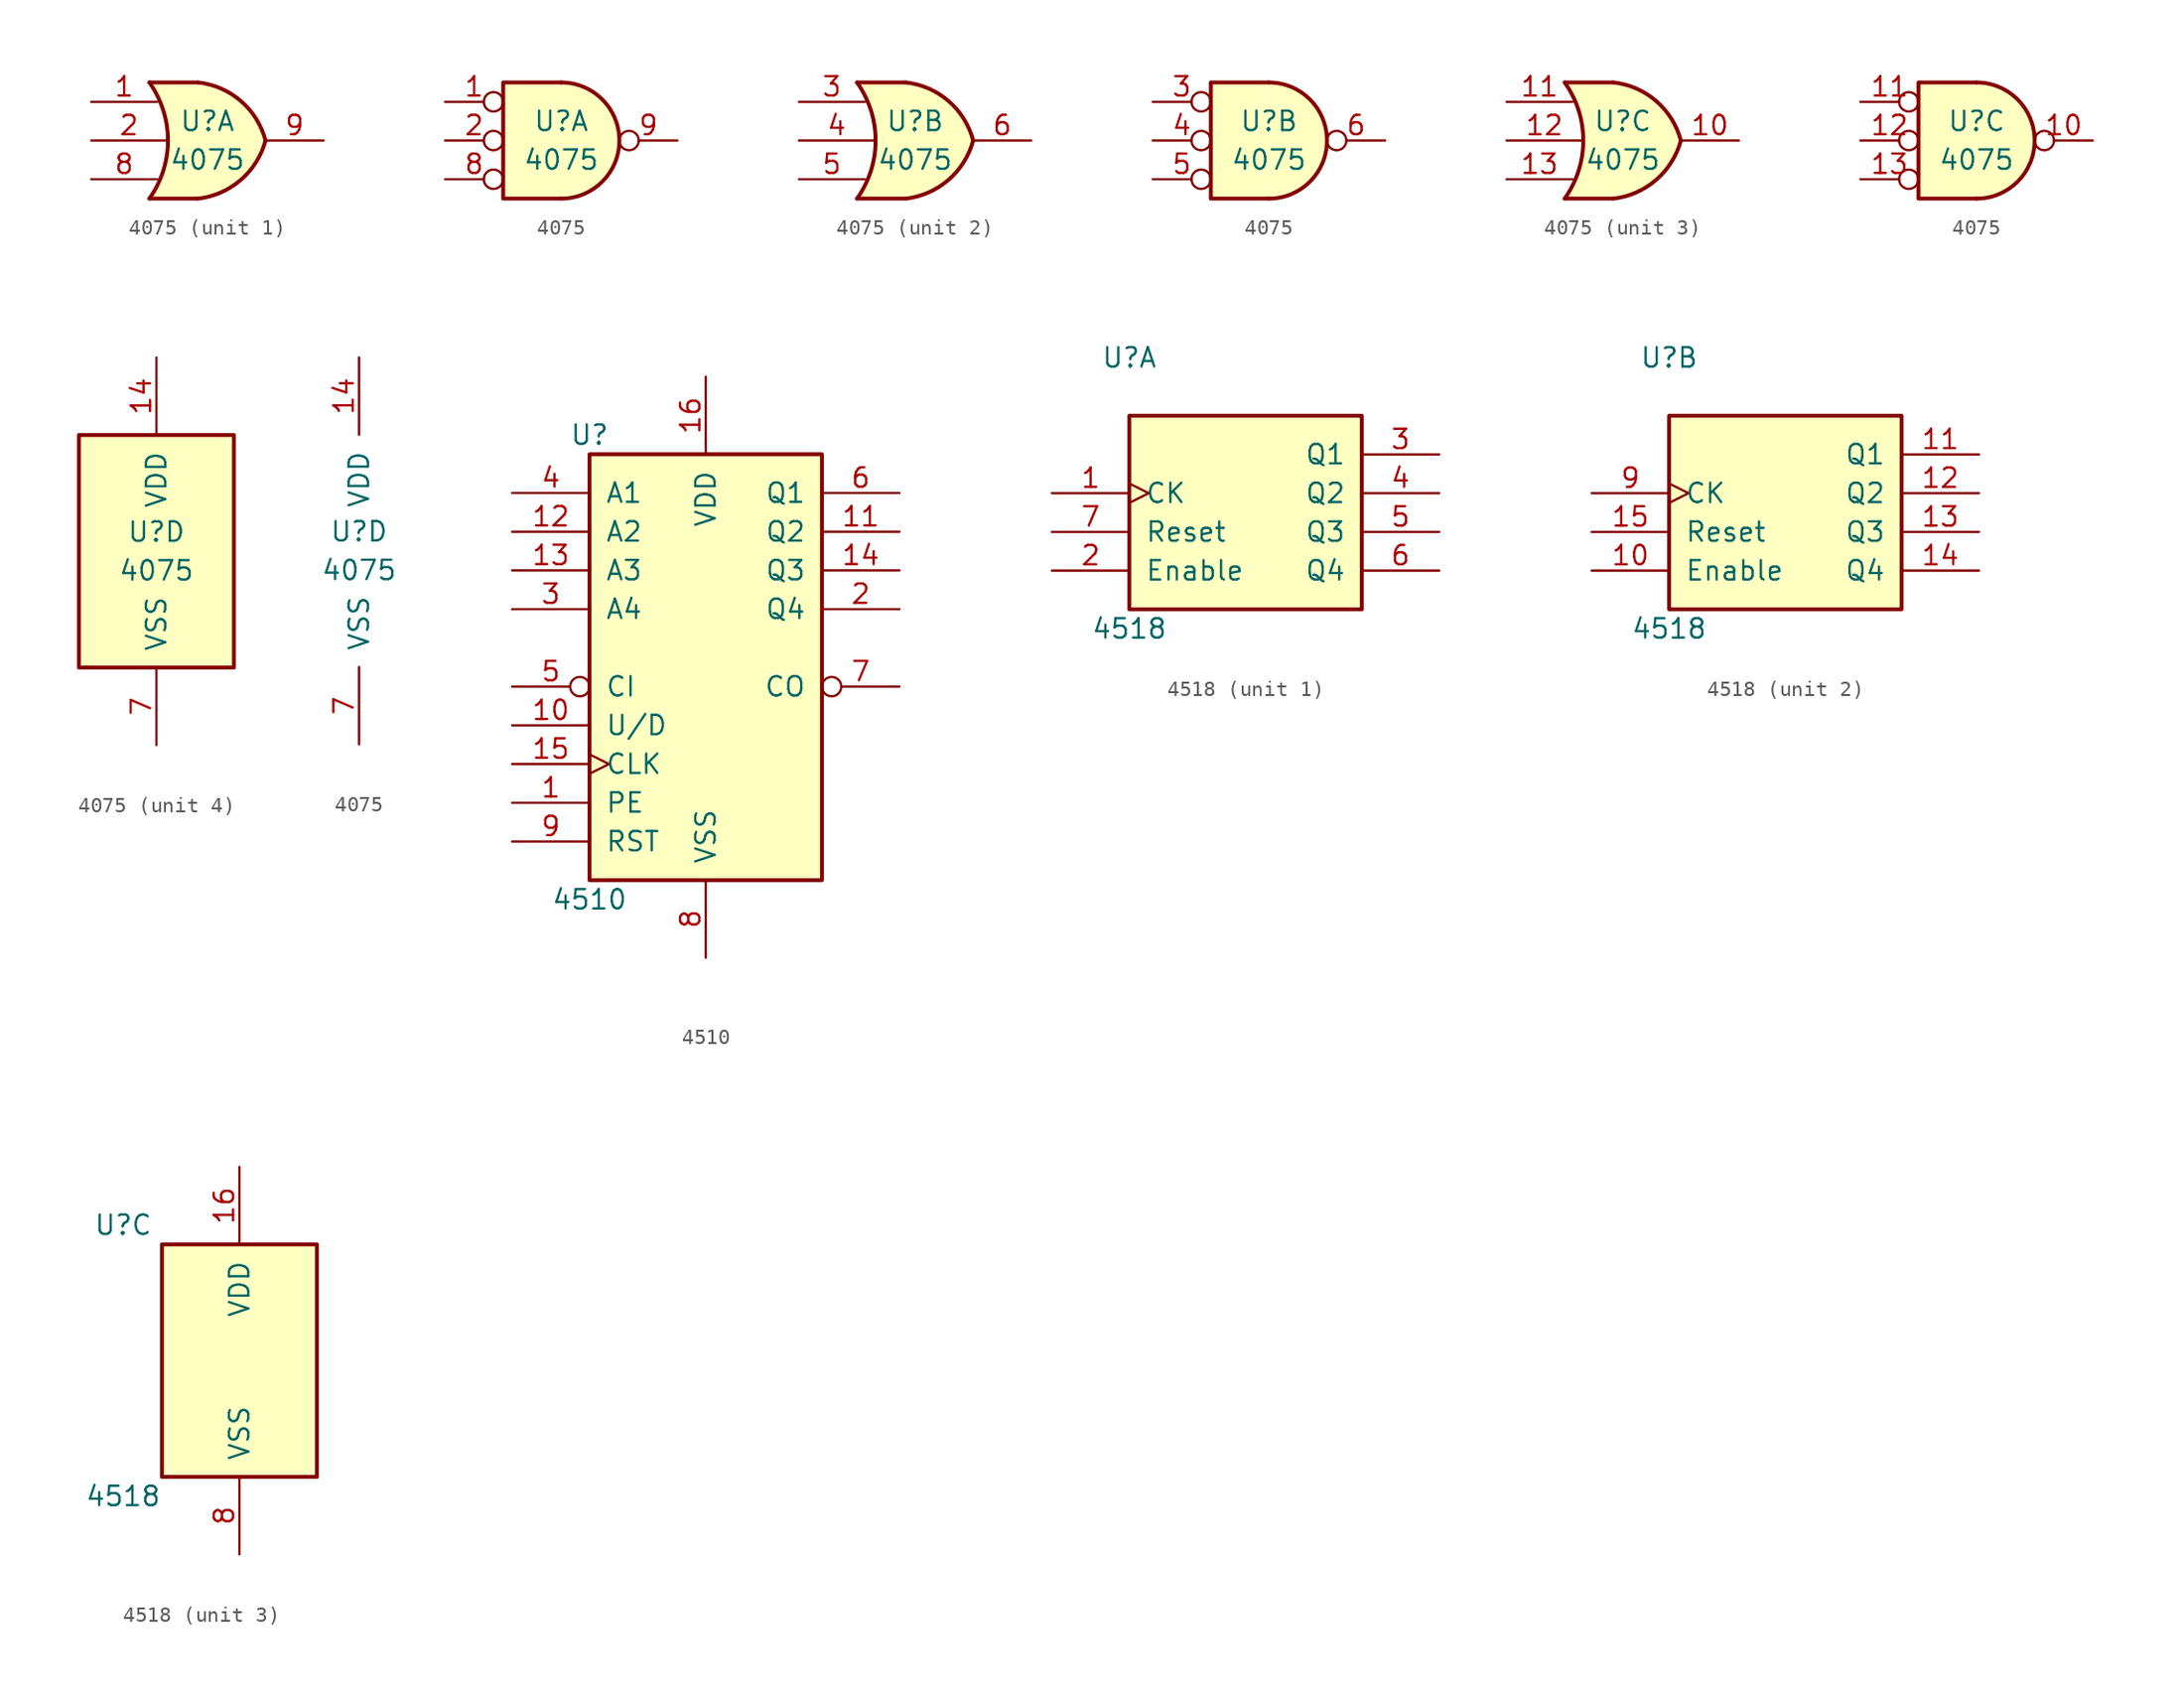
<source format=kicad_sym>
(kicad_symbol_lib
  (version 20220914)
  (generator kicad_symbol_editor)
  (symbol "4075"
    (pin_names
      (offset 1.016))
    (property "Reference" "U"
      (at 0 1.27 0)
      (effects (font (size 1.27 1.27))))
    (property "Value" "4075"
      (at 0 -1.27 0)
      (effects (font (size 1.27 1.27))))
    (property "ki_locked" ""
      (at 0 0 0)
      (effects (font (size 1.27 1.27))))
    (symbol "4075_1_1"
      (arc (start -3.81 -3.81) (mid -2.589 0) (end -3.81 3.81) (stroke (width 0.254) (type default)) (fill (type none)))
      (arc (start -0.6096 -3.81) (mid 2.1842 -2.5851) (end 3.81 0) (stroke (width 0.254) (type default)) (fill (type background)))
      (polyline (pts (xy -3.81 -3.81) (xy -0.635 -3.81)) (stroke (width 0.254) (type default)) (fill (type background)))
      (polyline (pts (xy -3.81 3.81) (xy -0.635 3.81)) (stroke (width 0.254) (type default)) (fill (type background)))
      (polyline (pts (xy -0.635 3.81) (xy -3.81 3.81) (xy -3.81 3.81) (xy -3.556 3.404) (xy -3.023 2.261) (xy -2.692 1.041) (xy -2.616 -0.254) (xy -2.769 -1.499) (xy -3.175 -2.718) (xy -3.81 -3.81) (xy -3.81 -3.81) (xy -0.635 -3.81)) (stroke (width -25.4) (type default)) (fill (type background)))
      (arc (start 3.81 0) (mid 2.1915 2.5936) (end -0.6096 3.81) (stroke (width 0.254) (type default)) (fill (type background)))
      (pin input line (at -7.62 2.54 0) (length 4.318) (name "~" (effects (font (size 1.27 1.27)))) (number "1" (effects (font (size 1.27 1.27)))))
      (pin input line (at -7.62 0 0) (length 4.953) (name "~" (effects (font (size 1.27 1.27)))) (number "2" (effects (font (size 1.27 1.27)))))
      (pin input line (at -7.62 -2.54 0) (length 4.318) (name "~" (effects (font (size 1.27 1.27)))) (number "8" (effects (font (size 1.27 1.27)))))
      (pin output line (at 7.62 0 180) (length 3.81) (name "~" (effects (font (size 1.27 1.27)))) (number "9" (effects (font (size 1.27 1.27))))))
    (symbol "4075_1_2"
      (arc (start 0 -3.81) (mid 3.7934 0) (end 0 3.81) (stroke (width 0.254) (type default)) (fill (type background)))
      (polyline (pts (xy 0 3.81) (xy -3.81 3.81) (xy -3.81 -3.81) (xy 0 -3.81)) (stroke (width 0.254) (type default)) (fill (type background)))
      (pin input inverted (at -7.62 2.54 0) (length 3.81) (name "~" (effects (font (size 1.27 1.27)))) (number "1" (effects (font (size 1.27 1.27)))))
      (pin input inverted (at -7.62 0 0) (length 3.81) (name "~" (effects (font (size 1.27 1.27)))) (number "2" (effects (font (size 1.27 1.27)))))
      (pin input inverted (at -7.62 -2.54 0) (length 3.81) (name "~" (effects (font (size 1.27 1.27)))) (number "8" (effects (font (size 1.27 1.27)))))
      (pin output inverted (at 7.62 0 180) (length 3.81) (name "~" (effects (font (size 1.27 1.27)))) (number "9" (effects (font (size 1.27 1.27))))))
    (symbol "4075_2_1"
      (arc (start -3.81 -3.81) (mid -2.589 0) (end -3.81 3.81) (stroke (width 0.254) (type default)) (fill (type none)))
      (arc (start -0.6096 -3.81) (mid 2.1842 -2.5851) (end 3.81 0) (stroke (width 0.254) (type default)) (fill (type background)))
      (polyline (pts (xy -3.81 -3.81) (xy -0.635 -3.81)) (stroke (width 0.254) (type default)) (fill (type background)))
      (polyline (pts (xy -3.81 3.81) (xy -0.635 3.81)) (stroke (width 0.254) (type default)) (fill (type background)))
      (polyline (pts (xy -0.635 3.81) (xy -3.81 3.81) (xy -3.81 3.81) (xy -3.556 3.404) (xy -3.023 2.261) (xy -2.692 1.041) (xy -2.616 -0.254) (xy -2.769 -1.499) (xy -3.175 -2.718) (xy -3.81 -3.81) (xy -3.81 -3.81) (xy -0.635 -3.81)) (stroke (width -25.4) (type default)) (fill (type background)))
      (arc (start 3.81 0) (mid 2.1915 2.5936) (end -0.6096 3.81) (stroke (width 0.254) (type default)) (fill (type background)))
      (pin input line (at -7.62 2.54 0) (length 4.318) (name "~" (effects (font (size 1.27 1.27)))) (number "3" (effects (font (size 1.27 1.27)))))
      (pin input line (at -7.62 0 0) (length 4.953) (name "~" (effects (font (size 1.27 1.27)))) (number "4" (effects (font (size 1.27 1.27)))))
      (pin input line (at -7.62 -2.54 0) (length 4.318) (name "~" (effects (font (size 1.27 1.27)))) (number "5" (effects (font (size 1.27 1.27)))))
      (pin output line (at 7.62 0 180) (length 3.81) (name "~" (effects (font (size 1.27 1.27)))) (number "6" (effects (font (size 1.27 1.27))))))
    (symbol "4075_2_2"
      (arc (start 0 -3.81) (mid 3.7934 0) (end 0 3.81) (stroke (width 0.254) (type default)) (fill (type background)))
      (polyline (pts (xy 0 3.81) (xy -3.81 3.81) (xy -3.81 -3.81) (xy 0 -3.81)) (stroke (width 0.254) (type default)) (fill (type background)))
      (pin input inverted (at -7.62 2.54 0) (length 3.81) (name "~" (effects (font (size 1.27 1.27)))) (number "3" (effects (font (size 1.27 1.27)))))
      (pin input inverted (at -7.62 0 0) (length 3.81) (name "~" (effects (font (size 1.27 1.27)))) (number "4" (effects (font (size 1.27 1.27)))))
      (pin input inverted (at -7.62 -2.54 0) (length 3.81) (name "~" (effects (font (size 1.27 1.27)))) (number "5" (effects (font (size 1.27 1.27)))))
      (pin output inverted (at 7.62 0 180) (length 3.81) (name "~" (effects (font (size 1.27 1.27)))) (number "6" (effects (font (size 1.27 1.27))))))
    (symbol "4075_3_1"
      (arc (start -3.81 -3.81) (mid -2.589 0) (end -3.81 3.81) (stroke (width 0.254) (type default)) (fill (type none)))
      (arc (start -0.6096 -3.81) (mid 2.1842 -2.5851) (end 3.81 0) (stroke (width 0.254) (type default)) (fill (type background)))
      (polyline (pts (xy -3.81 -3.81) (xy -0.635 -3.81)) (stroke (width 0.254) (type default)) (fill (type background)))
      (polyline (pts (xy -3.81 3.81) (xy -0.635 3.81)) (stroke (width 0.254) (type default)) (fill (type background)))
      (polyline (pts (xy -0.635 3.81) (xy -3.81 3.81) (xy -3.81 3.81) (xy -3.556 3.404) (xy -3.023 2.261) (xy -2.692 1.041) (xy -2.616 -0.254) (xy -2.769 -1.499) (xy -3.175 -2.718) (xy -3.81 -3.81) (xy -3.81 -3.81) (xy -0.635 -3.81)) (stroke (width -25.4) (type default)) (fill (type background)))
      (arc (start 3.81 0) (mid 2.1915 2.5936) (end -0.6096 3.81) (stroke (width 0.254) (type default)) (fill (type background)))
      (pin output line (at 7.62 0 180) (length 3.81) (name "~" (effects (font (size 1.27 1.27)))) (number "10" (effects (font (size 1.27 1.27)))))
      (pin input line (at -7.62 2.54 0) (length 4.318) (name "~" (effects (font (size 1.27 1.27)))) (number "11" (effects (font (size 1.27 1.27)))))
      (pin input line (at -7.62 0 0) (length 4.953) (name "~" (effects (font (size 1.27 1.27)))) (number "12" (effects (font (size 1.27 1.27)))))
      (pin input line (at -7.62 -2.54 0) (length 4.318) (name "~" (effects (font (size 1.27 1.27)))) (number "13" (effects (font (size 1.27 1.27))))))
    (symbol "4075_3_2"
      (arc (start 0 -3.81) (mid 3.7934 0) (end 0 3.81) (stroke (width 0.254) (type default)) (fill (type background)))
      (polyline (pts (xy 0 3.81) (xy -3.81 3.81) (xy -3.81 -3.81) (xy 0 -3.81)) (stroke (width 0.254) (type default)) (fill (type background)))
      (pin output inverted (at 7.62 0 180) (length 3.81) (name "~" (effects (font (size 1.27 1.27)))) (number "10" (effects (font (size 1.27 1.27)))))
      (pin input inverted (at -7.62 2.54 0) (length 3.81) (name "~" (effects (font (size 1.27 1.27)))) (number "11" (effects (font (size 1.27 1.27)))))
      (pin input inverted (at -7.62 0 0) (length 3.81) (name "~" (effects (font (size 1.27 1.27)))) (number "12" (effects (font (size 1.27 1.27)))))
      (pin input inverted (at -7.62 -2.54 0) (length 3.81) (name "~" (effects (font (size 1.27 1.27)))) (number "13" (effects (font (size 1.27 1.27))))))
    (symbol "4075_4_0"
      (pin power_in line (at 0 12.7 270) (length 5.08) (name "VDD" (effects (font (size 1.27 1.27)))) (number "14" (effects (font (size 1.27 1.27)))))
      (pin power_in line (at 0 -12.7 90) (length 5.08) (name "VSS" (effects (font (size 1.27 1.27)))) (number "7" (effects (font (size 1.27 1.27))))))
    (symbol "4075_4_1"
      (rectangle (start -5.08 7.62) (end 5.08 -7.62) (stroke (width 0.254) (type default)) (fill (type background)))))
  (symbol "4510"
    (pin_names
      (offset 1.016))
    (property "Reference" "U"
      (at -7.62 13.97 0)
      (effects (font (size 1.27 1.27))))
    (property "Value" "4510"
      (at -7.62 -16.51 0)
      (effects (font (size 1.27 1.27))))
    (property "ki_locked" ""
      (at 0 0 0)
      (effects (font (size 1.27 1.27))))
    (symbol "4510_1_0"
      (pin input line (at -12.7 -10.16 0) (length 5.08) (name "PE" (effects (font (size 1.27 1.27)))) (number "1" (effects (font (size 1.27 1.27)))))
      (pin input line (at -12.7 -5.08 0) (length 5.08) (name "U/D" (effects (font (size 1.27 1.27)))) (number "10" (effects (font (size 1.27 1.27)))))
      (pin output line (at 12.7 7.62 180) (length 5.08) (name "Q2" (effects (font (size 1.27 1.27)))) (number "11" (effects (font (size 1.27 1.27)))))
      (pin input line (at -12.7 7.62 0) (length 5.08) (name "A2" (effects (font (size 1.27 1.27)))) (number "12" (effects (font (size 1.27 1.27)))))
      (pin input line (at -12.7 5.08 0) (length 5.08) (name "A3" (effects (font (size 1.27 1.27)))) (number "13" (effects (font (size 1.27 1.27)))))
      (pin output line (at 12.7 5.08 180) (length 5.08) (name "Q3" (effects (font (size 1.27 1.27)))) (number "14" (effects (font (size 1.27 1.27)))))
      (pin input clock (at -12.7 -7.62 0) (length 5.08) (name "CLK" (effects (font (size 1.27 1.27)))) (number "15" (effects (font (size 1.27 1.27)))))
      (pin power_in line (at 0 17.78 270) (length 5.08) (name "VDD" (effects (font (size 1.27 1.27)))) (number "16" (effects (font (size 1.27 1.27)))))
      (pin output line (at 12.7 2.54 180) (length 5.08) (name "Q4" (effects (font (size 1.27 1.27)))) (number "2" (effects (font (size 1.27 1.27)))))
      (pin input line (at -12.7 2.54 0) (length 5.08) (name "A4" (effects (font (size 1.27 1.27)))) (number "3" (effects (font (size 1.27 1.27)))))
      (pin input line (at -12.7 10.16 0) (length 5.08) (name "A1" (effects (font (size 1.27 1.27)))) (number "4" (effects (font (size 1.27 1.27)))))
      (pin input inverted (at -12.7 -2.54 0) (length 5.08) (name "CI" (effects (font (size 1.27 1.27)))) (number "5" (effects (font (size 1.27 1.27)))))
      (pin output line (at 12.7 10.16 180) (length 5.08) (name "Q1" (effects (font (size 1.27 1.27)))) (number "6" (effects (font (size 1.27 1.27)))))
      (pin output inverted (at 12.7 -2.54 180) (length 5.08) (name "CO" (effects (font (size 1.27 1.27)))) (number "7" (effects (font (size 1.27 1.27)))))
      (pin power_in line (at 0 -20.32 90) (length 5.08) (name "VSS" (effects (font (size 1.27 1.27)))) (number "8" (effects (font (size 1.27 1.27)))))
      (pin input line (at -12.7 -12.7 0) (length 5.08) (name "RST" (effects (font (size 1.27 1.27)))) (number "9" (effects (font (size 1.27 1.27))))))
    (symbol "4510_1_1"
      (rectangle (start -7.62 12.7) (end 7.62 -15.24) (stroke (width 0.254) (type default)) (fill (type background)))))
  (symbol "4518"
    (pin_names
      (offset 1.016))
    (property "Reference" "U"
      (at -7.62 8.89 0)
      (effects (font (size 1.27 1.27))))
    (property "Value" "4518"
      (at -7.62 -8.89 0)
      (effects (font (size 1.27 1.27))))
    (property "ki_locked" ""
      (at 0 0 0)
      (effects (font (size 1.27 1.27))))
    (symbol "4518_1_0"
      (pin input clock (at -12.7 0 0) (length 5.08) (name "CK" (effects (font (size 1.27 1.27)))) (number "1" (effects (font (size 1.27 1.27)))))
      (pin input line (at -12.7 -5.08 0) (length 5.08) (name "Enable" (effects (font (size 1.27 1.27)))) (number "2" (effects (font (size 1.27 1.27)))))
      (pin output line (at 12.7 2.54 180) (length 5.08) (name "Q1" (effects (font (size 1.27 1.27)))) (number "3" (effects (font (size 1.27 1.27)))))
      (pin output line (at 12.7 0 180) (length 5.08) (name "Q2" (effects (font (size 1.27 1.27)))) (number "4" (effects (font (size 1.27 1.27)))))
      (pin output line (at 12.7 -2.54 180) (length 5.08) (name "Q3" (effects (font (size 1.27 1.27)))) (number "5" (effects (font (size 1.27 1.27)))))
      (pin output line (at 12.7 -5.08 180) (length 5.08) (name "Q4" (effects (font (size 1.27 1.27)))) (number "6" (effects (font (size 1.27 1.27)))))
      (pin input line (at -12.7 -2.54 0) (length 5.08) (name "Reset" (effects (font (size 1.27 1.27)))) (number "7" (effects (font (size 1.27 1.27))))))
    (symbol "4518_1_1"
      (rectangle (start -7.62 5.08) (end 7.62 -7.62) (stroke (width 0.254) (type default)) (fill (type background))))
    (symbol "4518_2_0"
      (pin input line (at -12.7 -5.08 0) (length 5.08) (name "Enable" (effects (font (size 1.27 1.27)))) (number "10" (effects (font (size 1.27 1.27)))))
      (pin output line (at 12.7 2.54 180) (length 5.08) (name "Q1" (effects (font (size 1.27 1.27)))) (number "11" (effects (font (size 1.27 1.27)))))
      (pin output line (at 12.7 0 180) (length 5.08) (name "Q2" (effects (font (size 1.27 1.27)))) (number "12" (effects (font (size 1.27 1.27)))))
      (pin output line (at 12.7 -2.54 180) (length 5.08) (name "Q3" (effects (font (size 1.27 1.27)))) (number "13" (effects (font (size 1.27 1.27)))))
      (pin output line (at 12.7 -5.08 180) (length 5.08) (name "Q4" (effects (font (size 1.27 1.27)))) (number "14" (effects (font (size 1.27 1.27)))))
      (pin input line (at -12.7 -2.54 0) (length 5.08) (name "Reset" (effects (font (size 1.27 1.27)))) (number "15" (effects (font (size 1.27 1.27)))))
      (pin input clock (at -12.7 0 0) (length 5.08) (name "CK" (effects (font (size 1.27 1.27)))) (number "9" (effects (font (size 1.27 1.27))))))
    (symbol "4518_2_1"
      (rectangle (start -7.62 5.08) (end 7.62 -7.62) (stroke (width 0.254) (type default)) (fill (type background))))
    (symbol "4518_3_0"
      (pin power_in line (at 0 12.7 270) (length 5.08) (name "VDD" (effects (font (size 1.27 1.27)))) (number "16" (effects (font (size 1.27 1.27)))))
      (pin power_in line (at 0 -12.7 90) (length 5.08) (name "VSS" (effects (font (size 1.27 1.27)))) (number "8" (effects (font (size 1.27 1.27))))))
    (symbol "4518_3_1"
      (rectangle (start -5.08 7.62) (end 5.08 -7.62) (stroke (width 0.254) (type default)) (fill (type background))))))
</source>
